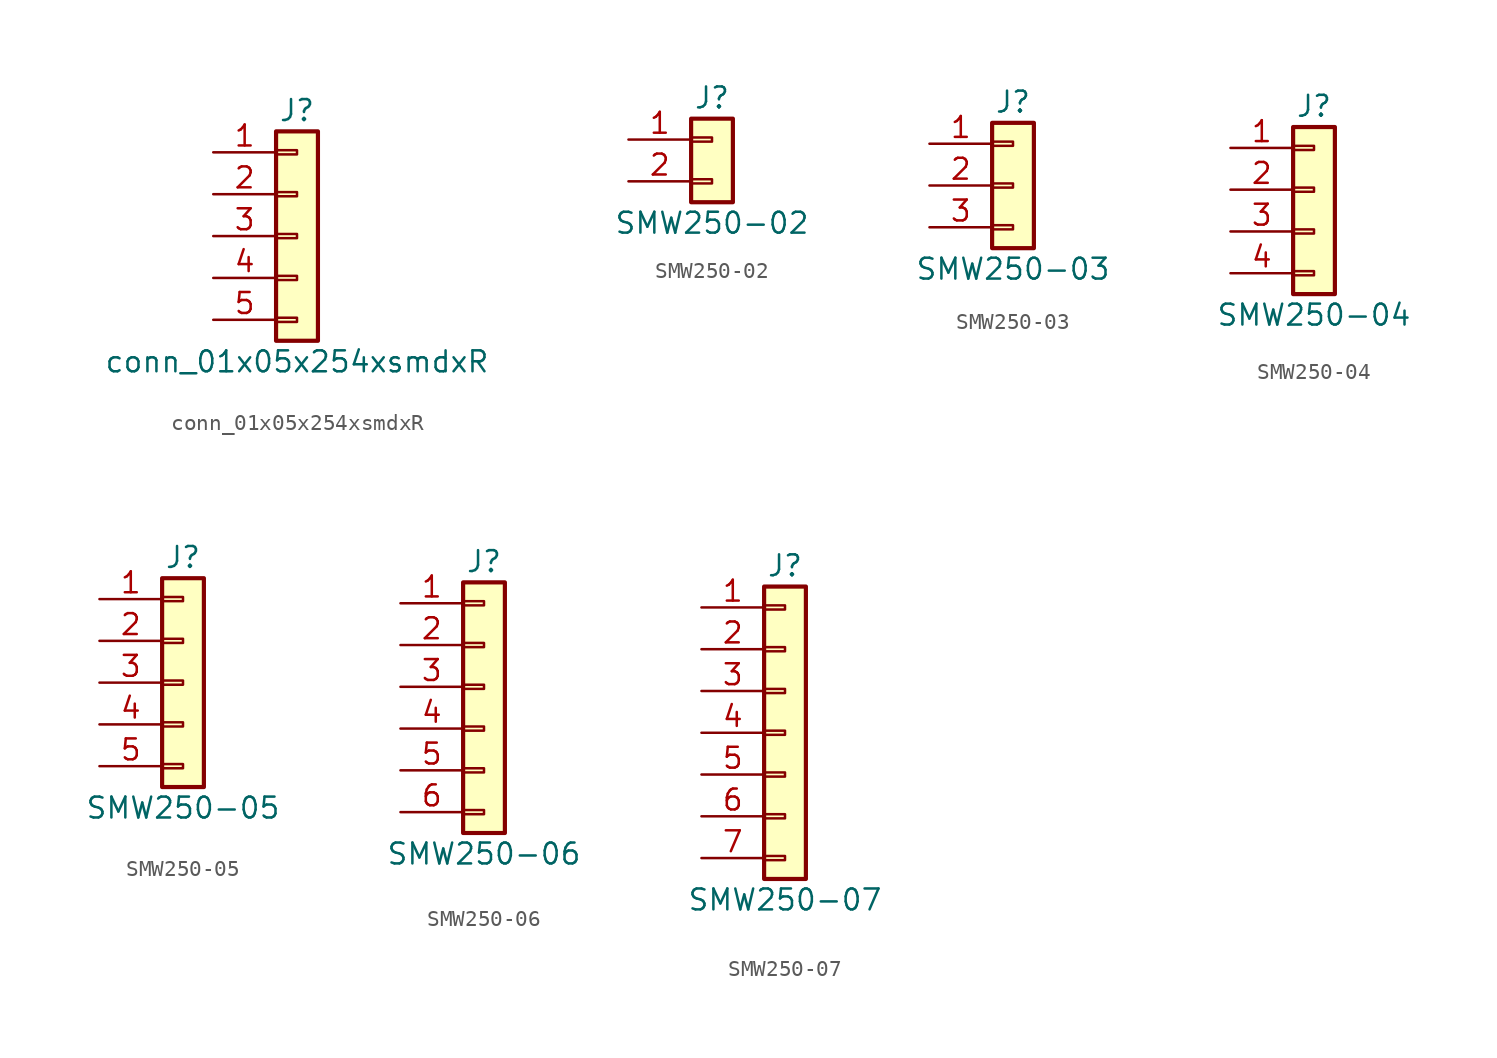
<source format=kicad_sym>
(kicad_symbol_lib
  (version 20241209)
  (generator "kicad_symbol_editor")
  (generator_version "9.0")
  (symbol "conn_01x05x254xsmdxR"
    (pin_names
      (offset 1.016)
      (hide yes))
    (property "Reference" "J"
      (at 0 7.62 0)
      (effects (font (size 1.27 1.27))))
    (property "Value" "conn_01x05x254xsmdxR"
      (at 0 -7.62 0)
      (effects (font (size 1.27 1.27))))
    (symbol "conn_01x05x254xsmdxR_1_1"
      (rectangle (start -1.27 6.35) (end 1.27 -6.35) (stroke (width 0.254) (type default)) (fill (type background)))
      (rectangle (start -1.27 5.207) (end 0 4.953) (stroke (width 0.152) (type default)) (fill (type none)))
      (rectangle (start -1.27 2.667) (end 0 2.413) (stroke (width 0.152) (type default)) (fill (type none)))
      (rectangle (start -1.27 0.127) (end 0 -0.127) (stroke (width 0.152) (type default)) (fill (type none)))
      (rectangle (start -1.27 -2.413) (end 0 -2.667) (stroke (width 0.152) (type default)) (fill (type none)))
      (rectangle (start -1.27 -4.953) (end 0 -5.207) (stroke (width 0.152) (type default)) (fill (type none)))
      (pin passive line (at -5.08 5.08 0) (length 3.81) (name "Pin_1" (effects (font (size 1.27 1.27)))) (number "1" (effects (font (size 1.27 1.27)))))
      (pin passive line (at -5.08 2.54 0) (length 3.81) (name "Pin_2" (effects (font (size 1.27 1.27)))) (number "2" (effects (font (size 1.27 1.27)))))
      (pin passive line (at -5.08 0 0) (length 3.81) (name "Pin_3" (effects (font (size 1.27 1.27)))) (number "3" (effects (font (size 1.27 1.27)))))
      (pin passive line (at -5.08 -2.54 0) (length 3.81) (name "Pin_4" (effects (font (size 1.27 1.27)))) (number "4" (effects (font (size 1.27 1.27)))))
      (pin passive line (at -5.08 -5.08 0) (length 3.81) (name "Pin_5" (effects (font (size 1.27 1.27)))) (number "5" (effects (font (size 1.27 1.27)))))))
  (symbol "SMW250-02"
    (pin_names
      (offset 1.016)
      (hide yes))
    (property "Reference" "J"
      (at 0 2.54 0)
      (effects (font (size 1.27 1.27))))
    (property "Value" "SMW250-02"
      (at 0 -5.08 0)
      (effects (font (size 1.27 1.27))))
    (symbol "SMW250-02_1_1"
      (rectangle (start -1.27 1.27) (end 1.27 -3.81) (stroke (width 0.254) (type default)) (fill (type background)))
      (rectangle (start -1.27 0.127) (end 0 -0.127) (stroke (width 0.152) (type default)) (fill (type none)))
      (rectangle (start -1.27 -2.413) (end 0 -2.667) (stroke (width 0.152) (type default)) (fill (type none)))
      (pin passive line (at -5.08 0 0) (length 3.81) (name "Pin_1" (effects (font (size 1.27 1.27)))) (number "1" (effects (font (size 1.27 1.27)))))
      (pin passive line (at -5.08 -2.54 0) (length 3.81) (name "Pin_2" (effects (font (size 1.27 1.27)))) (number "2" (effects (font (size 1.27 1.27)))))))
  (symbol "SMW250-03"
    (pin_names
      (offset 1.016)
      (hide yes))
    (property "Reference" "J"
      (at 0 5.08 0)
      (effects (font (size 1.27 1.27))))
    (property "Value" "SMW250-03"
      (at 0 -5.08 0)
      (effects (font (size 1.27 1.27))))
    (symbol "SMW250-03_1_1"
      (rectangle (start -1.27 3.81) (end 1.27 -3.81) (stroke (width 0.254) (type default)) (fill (type background)))
      (rectangle (start -1.27 2.667) (end 0 2.413) (stroke (width 0.152) (type default)) (fill (type none)))
      (rectangle (start -1.27 0.127) (end 0 -0.127) (stroke (width 0.152) (type default)) (fill (type none)))
      (rectangle (start -1.27 -2.413) (end 0 -2.667) (stroke (width 0.152) (type default)) (fill (type none)))
      (pin passive line (at -5.08 2.54 0) (length 3.81) (name "Pin_1" (effects (font (size 1.27 1.27)))) (number "1" (effects (font (size 1.27 1.27)))))
      (pin passive line (at -5.08 0 0) (length 3.81) (name "Pin_2" (effects (font (size 1.27 1.27)))) (number "2" (effects (font (size 1.27 1.27)))))
      (pin passive line (at -5.08 -2.54 0) (length 3.81) (name "Pin_3" (effects (font (size 1.27 1.27)))) (number "3" (effects (font (size 1.27 1.27)))))))
  (symbol "SMW250-04"
    (pin_names
      (offset 1.016)
      (hide yes))
    (property "Reference" "J"
      (at 0 5.08 0)
      (effects (font (size 1.27 1.27))))
    (property "Value" "SMW250-04"
      (at 0 -7.62 0)
      (effects (font (size 1.27 1.27))))
    (symbol "SMW250-04_1_1"
      (rectangle (start -1.27 3.81) (end 1.27 -6.35) (stroke (width 0.254) (type default)) (fill (type background)))
      (rectangle (start -1.27 2.667) (end 0 2.413) (stroke (width 0.152) (type default)) (fill (type none)))
      (rectangle (start -1.27 0.127) (end 0 -0.127) (stroke (width 0.152) (type default)) (fill (type none)))
      (rectangle (start -1.27 -2.413) (end 0 -2.667) (stroke (width 0.152) (type default)) (fill (type none)))
      (rectangle (start -1.27 -4.953) (end 0 -5.207) (stroke (width 0.152) (type default)) (fill (type none)))
      (pin passive line (at -5.08 2.54 0) (length 3.81) (name "Pin_1" (effects (font (size 1.27 1.27)))) (number "1" (effects (font (size 1.27 1.27)))))
      (pin passive line (at -5.08 0 0) (length 3.81) (name "Pin_2" (effects (font (size 1.27 1.27)))) (number "2" (effects (font (size 1.27 1.27)))))
      (pin passive line (at -5.08 -2.54 0) (length 3.81) (name "Pin_3" (effects (font (size 1.27 1.27)))) (number "3" (effects (font (size 1.27 1.27)))))
      (pin passive line (at -5.08 -5.08 0) (length 3.81) (name "Pin_4" (effects (font (size 1.27 1.27)))) (number "4" (effects (font (size 1.27 1.27)))))))
  (symbol "SMW250-05"
    (pin_names
      (offset 1.016)
      (hide yes))
    (property "Reference" "J"
      (at 0 7.62 0)
      (effects (font (size 1.27 1.27))))
    (property "Value" "SMW250-05"
      (at 0 -7.62 0)
      (effects (font (size 1.27 1.27))))
    (symbol "SMW250-05_1_1"
      (rectangle (start -1.27 6.35) (end 1.27 -6.35) (stroke (width 0.254) (type default)) (fill (type background)))
      (rectangle (start -1.27 5.207) (end 0 4.953) (stroke (width 0.152) (type default)) (fill (type none)))
      (rectangle (start -1.27 2.667) (end 0 2.413) (stroke (width 0.152) (type default)) (fill (type none)))
      (rectangle (start -1.27 0.127) (end 0 -0.127) (stroke (width 0.152) (type default)) (fill (type none)))
      (rectangle (start -1.27 -2.413) (end 0 -2.667) (stroke (width 0.152) (type default)) (fill (type none)))
      (rectangle (start -1.27 -4.953) (end 0 -5.207) (stroke (width 0.152) (type default)) (fill (type none)))
      (pin passive line (at -5.08 5.08 0) (length 3.81) (name "Pin_1" (effects (font (size 1.27 1.27)))) (number "1" (effects (font (size 1.27 1.27)))))
      (pin passive line (at -5.08 2.54 0) (length 3.81) (name "Pin_2" (effects (font (size 1.27 1.27)))) (number "2" (effects (font (size 1.27 1.27)))))
      (pin passive line (at -5.08 0 0) (length 3.81) (name "Pin_3" (effects (font (size 1.27 1.27)))) (number "3" (effects (font (size 1.27 1.27)))))
      (pin passive line (at -5.08 -2.54 0) (length 3.81) (name "Pin_4" (effects (font (size 1.27 1.27)))) (number "4" (effects (font (size 1.27 1.27)))))
      (pin passive line (at -5.08 -5.08 0) (length 3.81) (name "Pin_5" (effects (font (size 1.27 1.27)))) (number "5" (effects (font (size 1.27 1.27)))))))
  (symbol "SMW250-06"
    (pin_names
      (offset 1.016)
      (hide yes))
    (property "Reference" "J"
      (at 0 7.62 0)
      (effects (font (size 1.27 1.27))))
    (property "Value" "SMW250-06"
      (at 0 -10.16 0)
      (effects (font (size 1.27 1.27))))
    (symbol "SMW250-06_1_1"
      (rectangle (start -1.27 6.35) (end 1.27 -8.89) (stroke (width 0.254) (type default)) (fill (type background)))
      (rectangle (start -1.27 5.207) (end 0 4.953) (stroke (width 0.152) (type default)) (fill (type none)))
      (rectangle (start -1.27 2.667) (end 0 2.413) (stroke (width 0.152) (type default)) (fill (type none)))
      (rectangle (start -1.27 0.127) (end 0 -0.127) (stroke (width 0.152) (type default)) (fill (type none)))
      (rectangle (start -1.27 -2.413) (end 0 -2.667) (stroke (width 0.152) (type default)) (fill (type none)))
      (rectangle (start -1.27 -4.953) (end 0 -5.207) (stroke (width 0.152) (type default)) (fill (type none)))
      (rectangle (start -1.27 -7.493) (end 0 -7.747) (stroke (width 0.152) (type default)) (fill (type none)))
      (pin passive line (at -5.08 5.08 0) (length 3.81) (name "Pin_1" (effects (font (size 1.27 1.27)))) (number "1" (effects (font (size 1.27 1.27)))))
      (pin passive line (at -5.08 2.54 0) (length 3.81) (name "Pin_2" (effects (font (size 1.27 1.27)))) (number "2" (effects (font (size 1.27 1.27)))))
      (pin passive line (at -5.08 0 0) (length 3.81) (name "Pin_3" (effects (font (size 1.27 1.27)))) (number "3" (effects (font (size 1.27 1.27)))))
      (pin passive line (at -5.08 -2.54 0) (length 3.81) (name "Pin_4" (effects (font (size 1.27 1.27)))) (number "4" (effects (font (size 1.27 1.27)))))
      (pin passive line (at -5.08 -5.08 0) (length 3.81) (name "Pin_5" (effects (font (size 1.27 1.27)))) (number "5" (effects (font (size 1.27 1.27)))))
      (pin passive line (at -5.08 -7.62 0) (length 3.81) (name "Pin_6" (effects (font (size 1.27 1.27)))) (number "6" (effects (font (size 1.27 1.27)))))))
  (symbol "SMW250-07"
    (pin_names
      (offset 1.016)
      (hide yes))
    (property "Reference" "J"
      (at 0 10.16 0)
      (effects (font (size 1.27 1.27))))
    (property "Value" "SMW250-07"
      (at 0 -10.16 0)
      (effects (font (size 1.27 1.27))))
    (symbol "SMW250-07_1_1"
      (rectangle (start -1.27 8.89) (end 1.27 -8.89) (stroke (width 0.254) (type default)) (fill (type background)))
      (rectangle (start -1.27 7.747) (end 0 7.493) (stroke (width 0.152) (type default)) (fill (type none)))
      (rectangle (start -1.27 5.207) (end 0 4.953) (stroke (width 0.152) (type default)) (fill (type none)))
      (rectangle (start -1.27 2.667) (end 0 2.413) (stroke (width 0.152) (type default)) (fill (type none)))
      (rectangle (start -1.27 0.127) (end 0 -0.127) (stroke (width 0.152) (type default)) (fill (type none)))
      (rectangle (start -1.27 -2.413) (end 0 -2.667) (stroke (width 0.152) (type default)) (fill (type none)))
      (rectangle (start -1.27 -4.953) (end 0 -5.207) (stroke (width 0.152) (type default)) (fill (type none)))
      (rectangle (start -1.27 -7.493) (end 0 -7.747) (stroke (width 0.152) (type default)) (fill (type none)))
      (pin passive line (at -5.08 7.62 0) (length 3.81) (name "Pin_1" (effects (font (size 1.27 1.27)))) (number "1" (effects (font (size 1.27 1.27)))))
      (pin passive line (at -5.08 5.08 0) (length 3.81) (name "Pin_2" (effects (font (size 1.27 1.27)))) (number "2" (effects (font (size 1.27 1.27)))))
      (pin passive line (at -5.08 2.54 0) (length 3.81) (name "Pin_3" (effects (font (size 1.27 1.27)))) (number "3" (effects (font (size 1.27 1.27)))))
      (pin passive line (at -5.08 0 0) (length 3.81) (name "Pin_4" (effects (font (size 1.27 1.27)))) (number "4" (effects (font (size 1.27 1.27)))))
      (pin passive line (at -5.08 -2.54 0) (length 3.81) (name "Pin_5" (effects (font (size 1.27 1.27)))) (number "5" (effects (font (size 1.27 1.27)))))
      (pin passive line (at -5.08 -5.08 0) (length 3.81) (name "Pin_6" (effects (font (size 1.27 1.27)))) (number "6" (effects (font (size 1.27 1.27)))))
      (pin passive line (at -5.08 -7.62 0) (length 3.81) (name "Pin_7" (effects (font (size 1.27 1.27)))) (number "7" (effects (font (size 1.27 1.27))))))))
</source>
